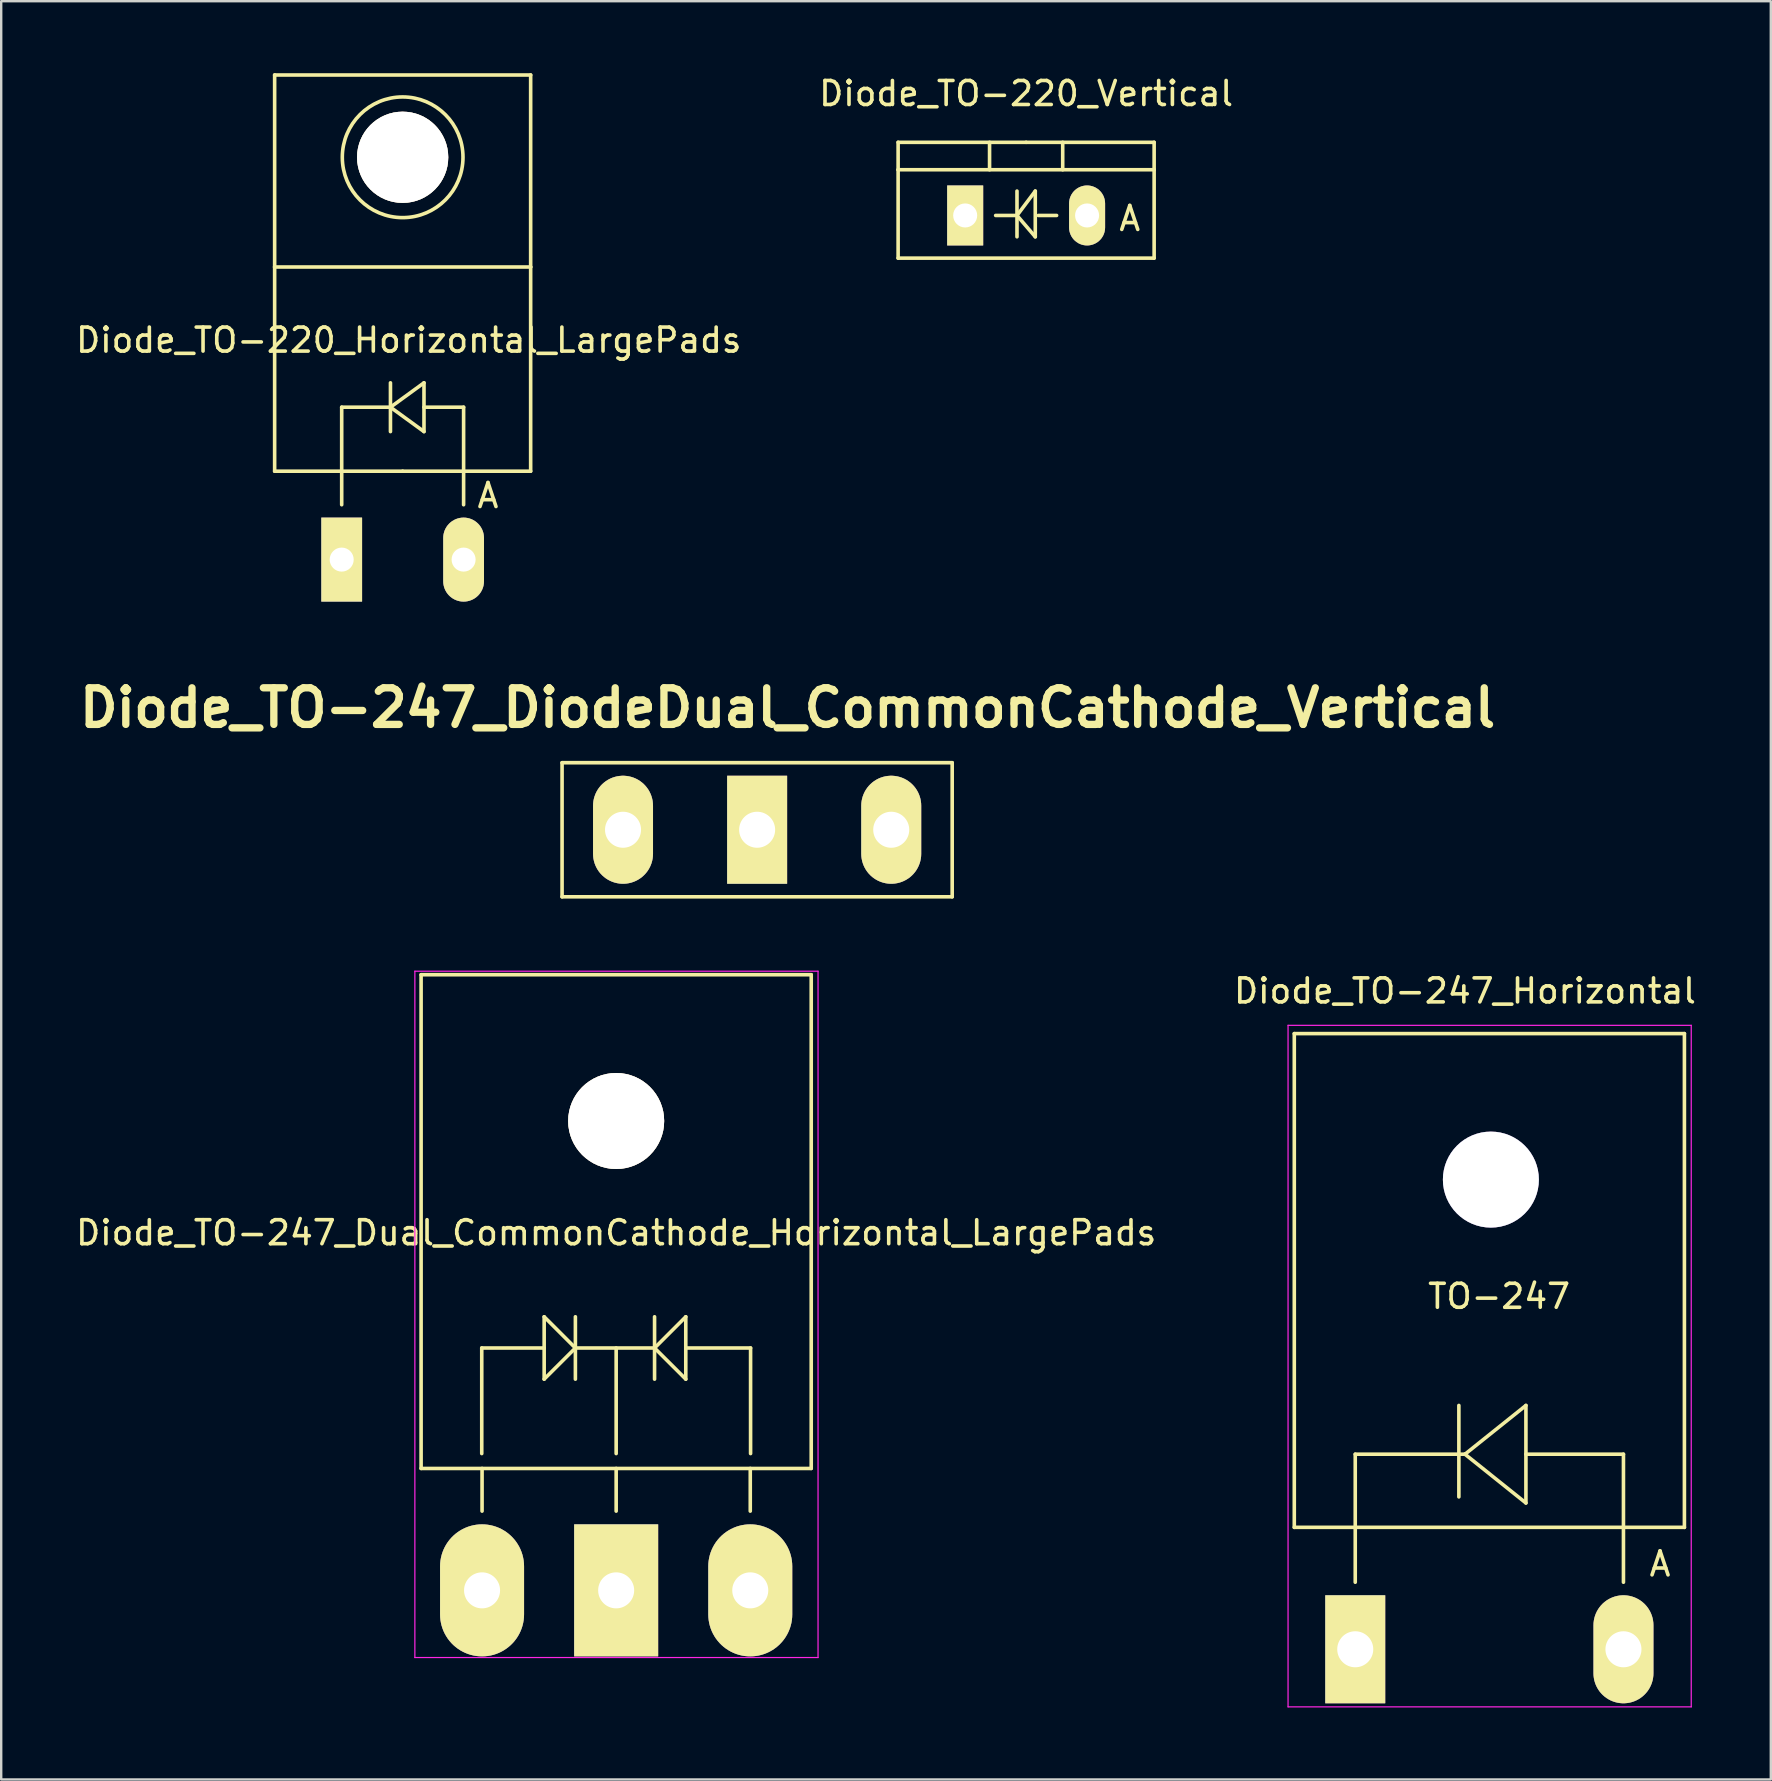
<source format=kicad_pcb>
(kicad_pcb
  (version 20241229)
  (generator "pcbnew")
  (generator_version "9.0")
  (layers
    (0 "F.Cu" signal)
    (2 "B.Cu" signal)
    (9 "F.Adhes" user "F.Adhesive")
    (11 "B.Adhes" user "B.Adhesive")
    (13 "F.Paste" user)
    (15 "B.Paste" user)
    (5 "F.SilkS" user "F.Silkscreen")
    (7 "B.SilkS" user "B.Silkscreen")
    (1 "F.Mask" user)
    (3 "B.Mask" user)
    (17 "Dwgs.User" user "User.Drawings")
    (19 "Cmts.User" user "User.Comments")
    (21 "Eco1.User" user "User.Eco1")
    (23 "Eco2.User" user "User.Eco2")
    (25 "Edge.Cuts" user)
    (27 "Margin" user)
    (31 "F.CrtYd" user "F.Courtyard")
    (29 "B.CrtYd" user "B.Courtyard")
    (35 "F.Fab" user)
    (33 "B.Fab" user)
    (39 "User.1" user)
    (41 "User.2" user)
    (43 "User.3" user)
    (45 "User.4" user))
  (footprint "Diode_TO-247_DiodeDual_CommonCathode_Vertical"
    (layer "F.Cu")
    (at 28.499 31.525)
    (property "Reference" "Diode_TO-247_DiodeDual_CommonCathode_Vertical" (at 1.27 -5.08 0) (layer "F.SilkS") (effects (font (size 1.524 1.524) (thickness 0.305))))
    (attr through_hole)
    (fp_line (start -8.128 -2.794) (end -8.128 2.794) (stroke (width 0.15) (type solid)) (layer "F.SilkS"))
    (fp_line (start -8.128 2.794) (end 8.128 2.794) (stroke (width 0.15) (type solid)) (layer "F.SilkS"))
    (fp_line (start 8.128 -2.794) (end -8.128 -2.794) (stroke (width 0.15) (type solid)) (layer "F.SilkS"))
    (fp_line (start 8.128 2.794) (end 8.128 -2.794) (stroke (width 0.15) (type solid)) (layer "F.SilkS"))
    (pad "1" thru_hole oval (at -5.588 0 90) (size 4.501 2.499) (drill 1.501) (layers "*.Cu" "*.Mask" "F.SilkS"))
    (pad "2" thru_hole rect (at 0 0 90) (size 4.501 2.499) (drill 1.501) (layers "*.Cu" "*.Mask" "F.SilkS"))
    (pad "3" thru_hole oval (at 5.588 0 90) (size 4.501 2.499) (drill 1.501) (layers "*.Cu" "*.Mask" "F.SilkS")))
  (footprint "Diode_TO-220_Horizontal_LargePads"
    (layer "F.Cu")
    (at 11.193 20.268)
    (property "Reference" "Diode_TO-220_Horizontal_LargePads" (at 2.789 -9.144 0) (layer "F.SilkS") (effects (font (size 1 1) (thickness 0.15))))
    (attr through_hole)
    (fp_line (start -2.799 -20.193) (end -2.799 -12.192) (stroke (width 0.15) (type solid)) (layer "F.SilkS"))
    (fp_line (start -2.799 -12.192) (end -2.799 -3.683) (stroke (width 0.15) (type solid)) (layer "F.SilkS"))
    (fp_line (start -0.005 -6.35) (end -0.005 -3.683) (stroke (width 0.15) (type solid)) (layer "F.SilkS"))
    (fp_line (start -0.005 -3.683) (end -0.005 -2.286) (stroke (width 0.15) (type solid)) (layer "F.SilkS"))
    (fp_line (start 2.027 -7.366) (end 2.027 -5.334) (stroke (width 0.15) (type solid)) (layer "F.SilkS"))
    (fp_line (start 2.027 -6.35) (end -0.005 -6.35) (stroke (width 0.15) (type solid)) (layer "F.SilkS"))
    (fp_line (start 2.027 -6.35) (end 3.424 -7.366) (stroke (width 0.15) (type solid)) (layer "F.SilkS"))
    (fp_line (start 2.535 -3.683) (end -2.799 -3.683) (stroke (width 0.15) (type solid)) (layer "F.SilkS"))
    (fp_line (start 2.535 -3.683) (end 7.869 -3.683) (stroke (width 0.15) (type solid)) (layer "F.SilkS"))
    (fp_line (start 3.424 -7.366) (end 3.424 -5.334) (stroke (width 0.15) (type solid)) (layer "F.SilkS"))
    (fp_line (start 3.424 -6.35) (end 5.075 -6.35) (stroke (width 0.15) (type solid)) (layer "F.SilkS"))
    (fp_line (start 3.424 -5.334) (end 2.027 -6.35) (stroke (width 0.15) (type solid)) (layer "F.SilkS"))
    (fp_line (start 5.075 -6.35) (end 5.075 -3.683) (stroke (width 0.15) (type solid)) (layer "F.SilkS"))
    (fp_line (start 5.075 -3.683) (end 5.075 -2.286) (stroke (width 0.15) (type solid)) (layer "F.SilkS"))
    (fp_line (start 7.869 -20.193) (end -2.799 -20.193) (stroke (width 0.15) (type solid)) (layer "F.SilkS"))
    (fp_line (start 7.869 -12.192) (end -2.799 -12.192) (stroke (width 0.15) (type solid)) (layer "F.SilkS"))
    (fp_line (start 7.869 -12.192) (end 7.869 -20.193) (stroke (width 0.15) (type solid)) (layer "F.SilkS"))
    (fp_line (start 7.869 -3.683) (end 7.869 -12.192) (stroke (width 0.15) (type solid)) (layer "F.SilkS"))
    (fp_circle (center 2.535 -16.764) (end 4.313 -14.986) (stroke (width 0.15) (type solid)) (fill no) (layer "F.SilkS"))
    (fp_text user "A" (at 6.091 -2.667 0) (layer "F.SilkS") (effects (font (size 1 1) (thickness 0.15))))
    (pad "1" thru_hole rect (at -0.005 0 90) (size 3.5 1.699) (drill 1.001) (layers "*.Cu" "*.Mask" "F.SilkS"))
    (pad "2" thru_hole circle (at 2.535 -16.764 90) (size 3.8 3.8) (drill 3.8) (layers "*.Cu" "*.Mask" "F.SilkS"))
    (pad "2" thru_hole oval (at 5.075 0 90) (size 3.5 1.699) (drill 1.001) (layers "*.Cu" "*.Mask" "F.SilkS")))
  (footprint "Diode_TO-220_Vertical"
    (layer "F.Cu")
    (at 39.708 5.928)
    (property "Reference" "Diode_TO-220_Vertical" (at 0 -5.08 0) (layer "F.SilkS") (effects (font (size 1 1) (thickness 0.15))))
    (attr through_hole)
    (fp_line (start -5.334 -1.905) (end -5.334 -3.048) (stroke (width 0.15) (type solid)) (layer "F.SilkS"))
    (fp_line (start -5.334 1.778) (end -5.334 -1.905) (stroke (width 0.15) (type solid)) (layer "F.SilkS"))
    (fp_line (start -1.524 -3.048) (end -1.524 -1.905) (stroke (width 0.15) (type solid)) (layer "F.SilkS"))
    (fp_line (start -0.381 -1.016) (end -0.381 0.889) (stroke (width 0.15) (type solid)) (layer "F.SilkS"))
    (fp_line (start -0.381 0) (end -1.27 0) (stroke (width 0.15) (type solid)) (layer "F.SilkS"))
    (fp_line (start -0.381 0) (end 0.381 -1.016) (stroke (width 0.15) (type solid)) (layer "F.SilkS"))
    (fp_line (start 0 -3.048) (end -5.334 -3.048) (stroke (width 0.15) (type solid)) (layer "F.SilkS"))
    (fp_line (start 0 -3.048) (end 5.334 -3.048) (stroke (width 0.15) (type solid)) (layer "F.SilkS"))
    (fp_line (start 0.381 -1.016) (end 0.381 0.889) (stroke (width 0.15) (type solid)) (layer "F.SilkS"))
    (fp_line (start 0.381 0.889) (end -0.381 0) (stroke (width 0.15) (type solid)) (layer "F.SilkS"))
    (fp_line (start 0.508 0) (end 1.27 0) (stroke (width 0.15) (type solid)) (layer "F.SilkS"))
    (fp_line (start 1.524 -3.048) (end 1.524 -1.905) (stroke (width 0.15) (type solid)) (layer "F.SilkS"))
    (fp_line (start 5.334 -3.048) (end 5.334 -1.905) (stroke (width 0.15) (type solid)) (layer "F.SilkS"))
    (fp_line (start 5.334 -1.905) (end -5.334 -1.905) (stroke (width 0.15) (type solid)) (layer "F.SilkS"))
    (fp_line (start 5.334 -1.905) (end 5.334 1.778) (stroke (width 0.15) (type solid)) (layer "F.SilkS"))
    (fp_line (start 5.334 1.778) (end -5.334 1.778) (stroke (width 0.15) (type solid)) (layer "F.SilkS"))
    (fp_text user "A" (at 4.318 0.127 0) (layer "F.SilkS") (effects (font (size 1 1) (thickness 0.15))))
    (pad "1" thru_hole oval (at 2.54 0 90) (size 2.499 1.501) (drill 1.001) (layers "*.Cu" "*.Mask" "F.SilkS"))
    (pad "2" thru_hole rect (at -2.54 0 90) (size 2.499 1.501) (drill 1.001) (layers "*.Cu" "*.Mask" "F.SilkS")))
  (footprint "Diode_TO-247_Dual_CommonCathode_Horizontal_LargePads"
    (layer "F.Cu")
    (at 17.037 63.219)
    (property "Reference" "Diode_TO-247_Dual_CommonCathode_Horizontal_LargePads" (at 5.588 -14.9 0) (layer "F.SilkS") (effects (font (size 1 1) (thickness 0.15))))
    (attr through_hole)
    (fp_line (start -2.54 -25.654) (end 13.716 -25.654) (stroke (width 0.15) (type solid)) (layer "F.SilkS"))
    (fp_line (start -2.54 -5.08) (end -2.54 -25.654) (stroke (width 0.15) (type solid)) (layer "F.SilkS"))
    (fp_line (start -0.013 -10.099) (end -0.013 -5.7) (stroke (width 0.15) (type solid)) (layer "F.SilkS"))
    (fp_line (start 0 -3.302) (end 0 -5.08) (stroke (width 0.15) (type solid)) (layer "F.SilkS"))
    (fp_line (start 2.588 -11.4) (end 2.588 -8.801) (stroke (width 0.15) (type solid)) (layer "F.SilkS"))
    (fp_line (start 2.588 -10.099) (end -0.013 -10.099) (stroke (width 0.15) (type solid)) (layer "F.SilkS"))
    (fp_line (start 2.588 -8.801) (end 3.889 -10.099) (stroke (width 0.15) (type solid)) (layer "F.SilkS"))
    (fp_line (start 3.889 -11.4) (end 3.889 -8.801) (stroke (width 0.15) (type solid)) (layer "F.SilkS"))
    (fp_line (start 3.889 -10.099) (end 2.588 -11.4) (stroke (width 0.15) (type solid)) (layer "F.SilkS"))
    (fp_line (start 3.889 -10.099) (end 7.188 -10.099) (stroke (width 0.15) (type solid)) (layer "F.SilkS"))
    (fp_line (start 5.588 -10.099) (end 5.588 -5.7) (stroke (width 0.15) (type solid)) (layer "F.SilkS"))
    (fp_line (start 5.588 -3.302) (end 5.588 -5.08) (stroke (width 0.15) (type solid)) (layer "F.SilkS"))
    (fp_line (start 7.188 -11.4) (end 7.188 -8.801) (stroke (width 0.15) (type solid)) (layer "F.SilkS"))
    (fp_line (start 7.188 -10.099) (end 8.489 -11.4) (stroke (width 0.15) (type solid)) (layer "F.SilkS"))
    (fp_line (start 8.489 -11.4) (end 8.489 -8.801) (stroke (width 0.15) (type solid)) (layer "F.SilkS"))
    (fp_line (start 8.489 -10.099) (end 11.189 -10.099) (stroke (width 0.15) (type solid)) (layer "F.SilkS"))
    (fp_line (start 8.489 -8.801) (end 7.188 -10.099) (stroke (width 0.15) (type solid)) (layer "F.SilkS"))
    (fp_line (start 11.176 -3.302) (end 11.176 -5.08) (stroke (width 0.15) (type solid)) (layer "F.SilkS"))
    (fp_line (start 11.189 -10.099) (end 11.189 -5.7) (stroke (width 0.15) (type solid)) (layer "F.SilkS"))
    (fp_line (start 13.716 -25.654) (end 13.716 -5.08) (stroke (width 0.15) (type solid)) (layer "F.SilkS"))
    (fp_line (start 13.716 -5.08) (end -2.54 -5.08) (stroke (width 0.15) (type solid)) (layer "F.SilkS"))
    (fp_circle (center 5.588 -19.558) (end 7.366 -19.558) (stroke (width 0.15) (type solid)) (fill no) (layer "F.SilkS"))
    (fp_line (start -2.8 -25.8) (end 14 -25.8) (stroke (width 0.05) (type solid)) (layer "F.CrtYd"))
    (fp_line (start -2.8 2.8) (end -2.8 -25.8) (stroke (width 0.05) (type solid)) (layer "F.CrtYd"))
    (fp_line (start 14 -25.8) (end 14 2.8) (stroke (width 0.05) (type solid)) (layer "F.CrtYd"))
    (fp_line (start 14 2.8) (end -2.8 2.8) (stroke (width 0.05) (type solid)) (layer "F.CrtYd"))
    (pad "1" thru_hole oval (at 0 0 90) (size 5.502 3.5) (drill 1.501) (layers "*.Cu" "*.Mask" "F.SilkS"))
    (pad "2" thru_hole rect (at 5.588 0 90) (size 5.502 3.5) (drill 1.501) (layers "*.Cu" "*.Mask" "F.SilkS"))
    (pad "3" thru_hole oval (at 11.176 0 90) (size 5.502 3.5) (drill 1.501) (layers "*.Cu" "*.Mask" "F.SilkS"))
    (pad "9" thru_hole circle (at 5.588 -19.558) (size 4 4) (drill 4) (layers "B.Cu" "F.SilkS")))
  (footprint "Diode_TO-247_Horizontal"
    (layer "F.Cu")
    (at 53.422 65.674)
    (property "Reference" "Diode_TO-247_Horizontal" (at 4.572 -27.432 0) (layer "F.SilkS") (effects (font (size 1 1) (thickness 0.15))))
    (attr through_hole)
    (fp_line (start -2.54 -25.654) (end 13.716 -25.654) (stroke (width 0.15) (type solid)) (layer "F.SilkS"))
    (fp_line (start -2.54 -5.08) (end -2.54 -25.654) (stroke (width 0.15) (type solid)) (layer "F.SilkS"))
    (fp_line (start 0 -8.128) (end 4.572 -8.128) (stroke (width 0.15) (type solid)) (layer "F.SilkS"))
    (fp_line (start 0 -5.08) (end 0 -8.128) (stroke (width 0.15) (type solid)) (layer "F.SilkS"))
    (fp_line (start 0 -2.794) (end 0 -5.08) (stroke (width 0.15) (type solid)) (layer "F.SilkS"))
    (fp_line (start 4.318 -10.16) (end 4.318 -6.35) (stroke (width 0.15) (type solid)) (layer "F.SilkS"))
    (fp_line (start 4.572 -8.128) (end 7.112 -10.16) (stroke (width 0.15) (type solid)) (layer "F.SilkS"))
    (fp_line (start 7.112 -10.16) (end 7.112 -6.096) (stroke (width 0.15) (type solid)) (layer "F.SilkS"))
    (fp_line (start 7.112 -8.128) (end 11.176 -8.128) (stroke (width 0.15) (type solid)) (layer "F.SilkS"))
    (fp_line (start 7.112 -6.096) (end 4.572 -8.128) (stroke (width 0.15) (type solid)) (layer "F.SilkS"))
    (fp_line (start 11.176 -8.128) (end 11.176 -5.08) (stroke (width 0.15) (type solid)) (layer "F.SilkS"))
    (fp_line (start 11.176 -2.794) (end 11.176 -5.08) (stroke (width 0.15) (type solid)) (layer "F.SilkS"))
    (fp_line (start 13.716 -25.654) (end 13.716 -5.08) (stroke (width 0.15) (type solid)) (layer "F.SilkS"))
    (fp_line (start 13.716 -5.08) (end -2.54 -5.08) (stroke (width 0.15) (type solid)) (layer "F.SilkS"))
    (fp_circle (center 5.588 -19.558) (end 7.366 -19.558) (stroke (width 0.15) (type solid)) (fill no) (layer "F.SilkS"))
    (fp_line (start -2.8 -26) (end 14 -26) (stroke (width 0.05) (type solid)) (layer "F.CrtYd"))
    (fp_line (start -2.8 2.4) (end -2.8 -26) (stroke (width 0.05) (type solid)) (layer "F.CrtYd"))
    (fp_line (start 14 -26) (end 14 2.4) (stroke (width 0.05) (type solid)) (layer "F.CrtYd"))
    (fp_line (start 14 2.4) (end -2.8 2.4) (stroke (width 0.05) (type solid)) (layer "F.CrtYd"))
    (fp_text user "TO-247" (at 5.994 -14.707 0) (layer "F.SilkS") (effects (font (size 1 1) (thickness 0.15))))
    (fp_text user "A" (at 12.7 -3.556 0) (layer "F.SilkS") (effects (font (size 1 1) (thickness 0.15))))
    (pad "1" thru_hole rect (at 0 0 90) (size 4.501 2.499) (drill 1.501) (layers "*.Cu" "*.Mask" "F.SilkS"))
    (pad "2" thru_hole oval (at 11.176 0 90) (size 4.501 2.499) (drill 1.501) (layers "*.Cu" "*.Mask" "F.SilkS"))
    (pad "9" thru_hole circle (at 5.652 -19.571) (size 4 4) (drill 4) (layers "B.Cu")))
  (gr_rect
    (start -3 -3)
    (end 70.738 71.099)
    (stroke (width 0.1) (type default))
    (fill no)
    (layer "Edge.Cuts")))
</source>
